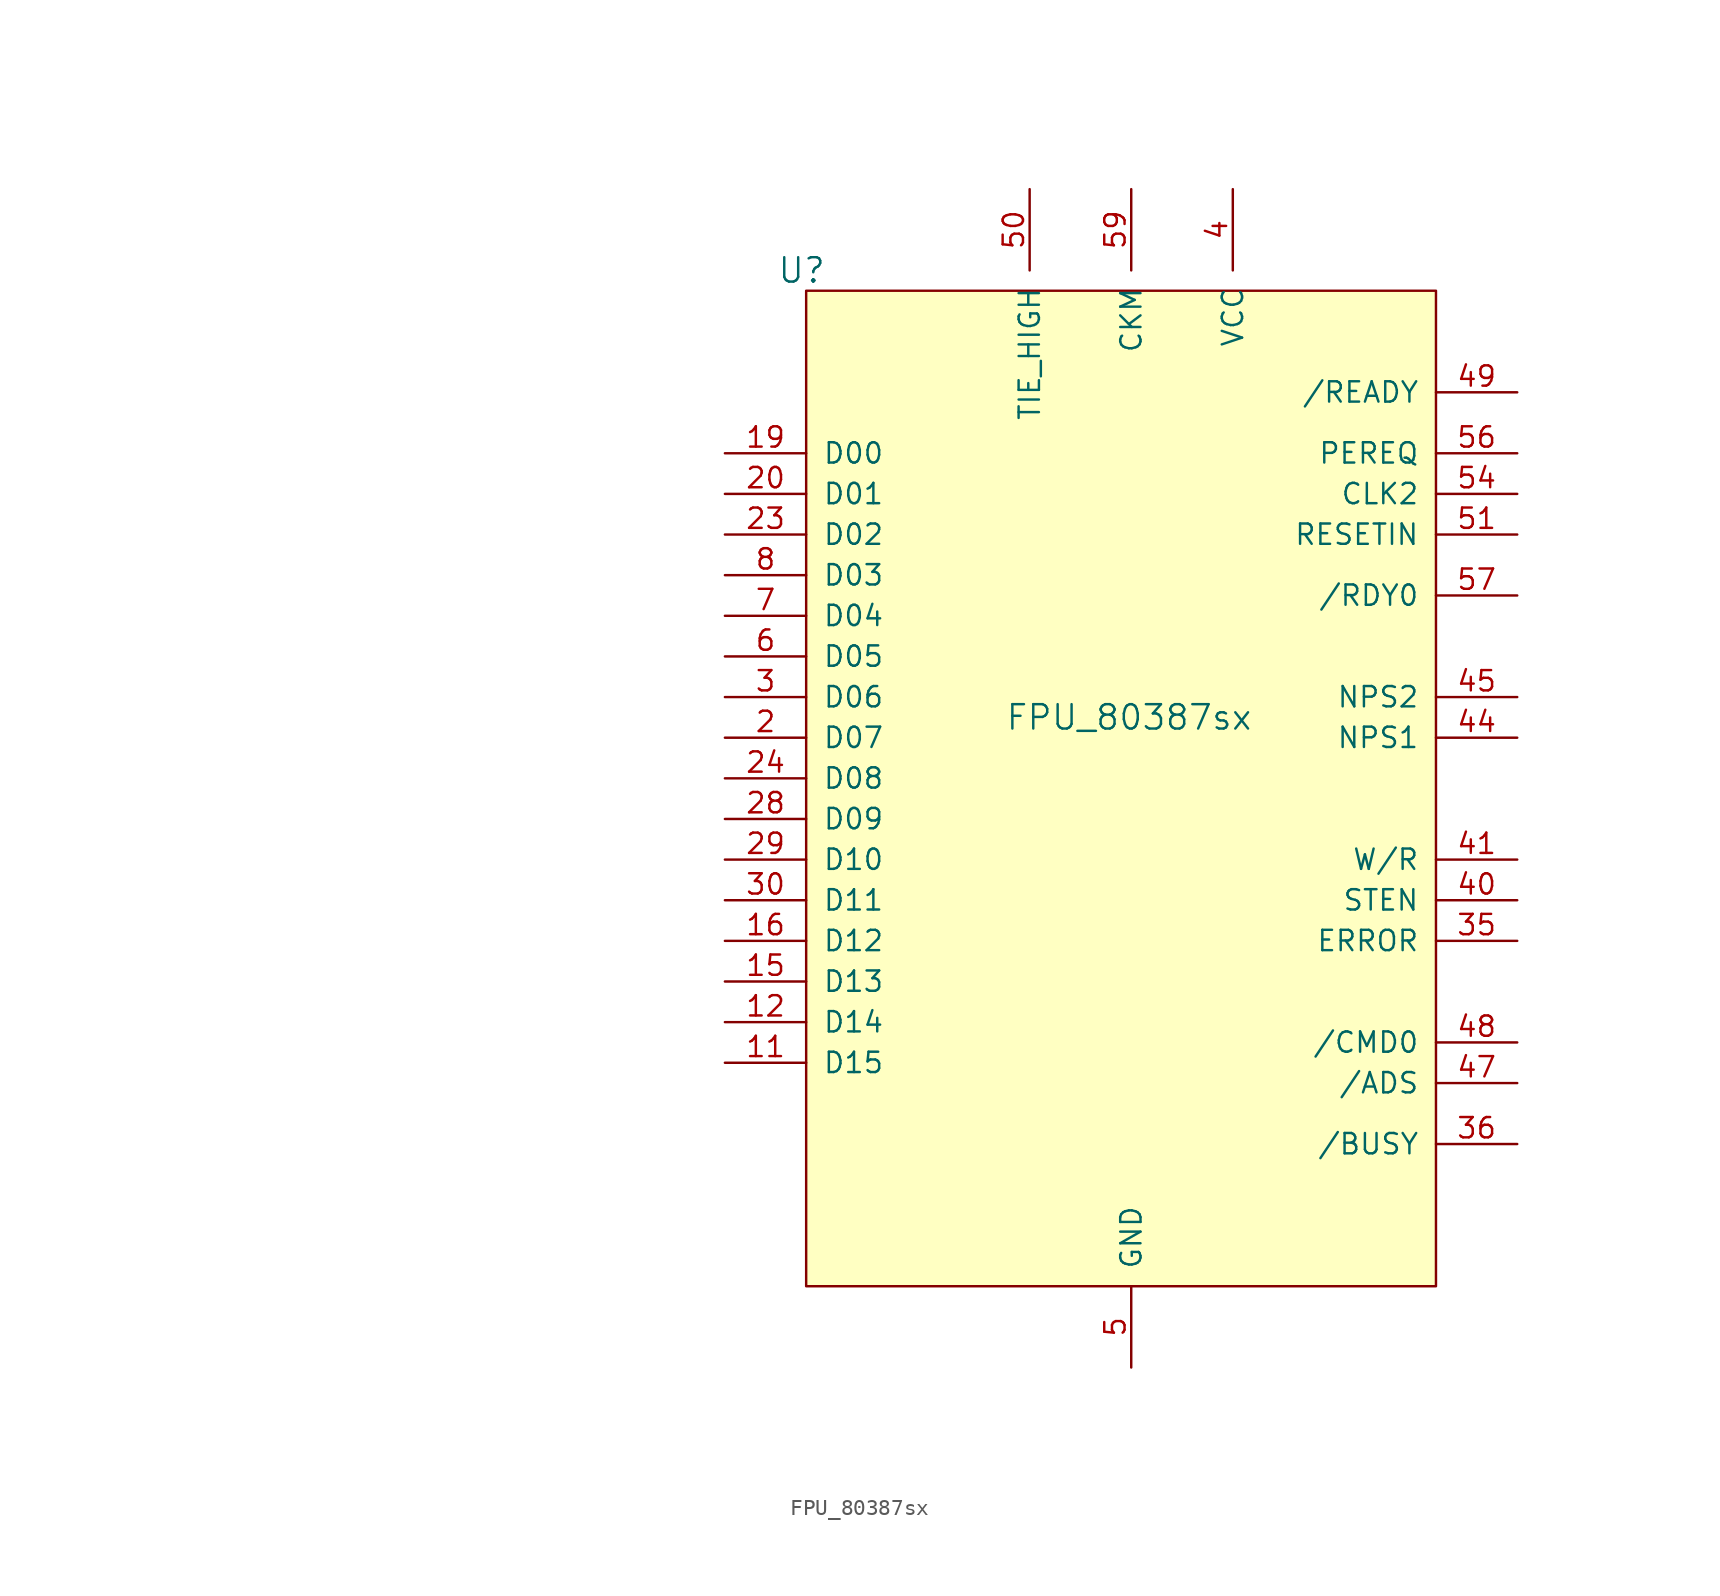
<source format=kicad_sym>
(kicad_symbol_lib
  (version 20211014)
  (generator kicad_symbol_editor)
  (symbol "FPU_80387sx"
    (pin_names
      (offset 1.016))
    (property "Reference" "U"
      (at -19.05 31.75 0)
      (effects (font (size 1.524 1.524)) (justify right)))
    (property "Value" "FPU_80387sx"
      (at 7.62 3.81 0)
      (effects (font (size 1.524 1.524)) (justify right)))
    (symbol "FPU_80387sx_1_1"
      (rectangle (start -20.32 30.48) (end 19.05 -31.75) (stroke (width 0) (type default) (color 0 0 0 0)) (fill (type background)))
      (pin no_connect line (at -58.42 26.67 0) (length 5.08) hide (name "NC" (effects (font (size 1.27 1.27)))) (number "1" (effects (font (size 1.27 1.27)))))
      (pin no_connect line (at -58.42 24.13 0) (length 5.08) hide (name "NC" (effects (font (size 1.27 1.27)))) (number "10" (effects (font (size 1.27 1.27)))))
      (pin bidirectional line (at -25.4 -17.78 0) (length 5.08) (name "D15" (effects (font (size 1.27 1.27)))) (number "11" (effects (font (size 1.27 1.27)))))
      (pin bidirectional line (at -25.4 -15.24 0) (length 5.08) (name "D14" (effects (font (size 1.27 1.27)))) (number "12" (effects (font (size 1.27 1.27)))))
      (pin power_in line (at 6.35 36.83 270) (length 5.08) hide (name "VCC" (effects (font (size 1.27 1.27)))) (number "13" (effects (font (size 1.27 1.27)))))
      (pin power_in line (at 0 -36.83 90) (length 5.08) hide (name "GND" (effects (font (size 1.27 1.27)))) (number "14" (effects (font (size 1.27 1.27)))))
      (pin bidirectional line (at -25.4 -12.7 0) (length 5.08) (name "D13" (effects (font (size 1.27 1.27)))) (number "15" (effects (font (size 1.27 1.27)))))
      (pin bidirectional line (at -25.4 -10.16 0) (length 5.08) (name "D12" (effects (font (size 1.27 1.27)))) (number "16" (effects (font (size 1.27 1.27)))))
      (pin no_connect line (at -58.42 21.59 0) (length 5.08) hide (name "NC" (effects (font (size 1.27 1.27)))) (number "17" (effects (font (size 1.27 1.27)))))
      (pin no_connect line (at -58.42 19.05 0) (length 5.08) hide (name "NC" (effects (font (size 1.27 1.27)))) (number "18" (effects (font (size 1.27 1.27)))))
      (pin bidirectional line (at -25.4 20.32 0) (length 5.08) (name "D00" (effects (font (size 1.27 1.27)))) (number "19" (effects (font (size 1.27 1.27)))))
      (pin bidirectional line (at -25.4 2.54 0) (length 5.08) (name "D07" (effects (font (size 1.27 1.27)))) (number "2" (effects (font (size 1.27 1.27)))))
      (pin bidirectional line (at -25.4 17.78 0) (length 5.08) (name "D01" (effects (font (size 1.27 1.27)))) (number "20" (effects (font (size 1.27 1.27)))))
      (pin power_in line (at 0 -36.83 90) (length 5.08) hide (name "GND" (effects (font (size 1.27 1.27)))) (number "21" (effects (font (size 1.27 1.27)))))
      (pin power_in line (at 6.35 36.83 270) (length 5.08) hide (name "VCC" (effects (font (size 1.27 1.27)))) (number "22" (effects (font (size 1.27 1.27)))))
      (pin bidirectional line (at -25.4 15.24 0) (length 5.08) (name "D02" (effects (font (size 1.27 1.27)))) (number "23" (effects (font (size 1.27 1.27)))))
      (pin bidirectional line (at -25.4 0 0) (length 5.08) (name "D08" (effects (font (size 1.27 1.27)))) (number "24" (effects (font (size 1.27 1.27)))))
      (pin power_in line (at 0 -36.83 90) (length 5.08) hide (name "GND" (effects (font (size 1.27 1.27)))) (number "25" (effects (font (size 1.27 1.27)))))
      (pin power_in line (at 6.35 36.83 270) (length 5.08) hide (name "VCC" (effects (font (size 1.27 1.27)))) (number "26" (effects (font (size 1.27 1.27)))))
      (pin power_in line (at 0 -36.83 90) (length 5.08) hide (name "GND" (effects (font (size 1.27 1.27)))) (number "27" (effects (font (size 1.27 1.27)))))
      (pin bidirectional line (at -25.4 -2.54 0) (length 5.08) (name "D09" (effects (font (size 1.27 1.27)))) (number "28" (effects (font (size 1.27 1.27)))))
      (pin bidirectional line (at -25.4 -5.08 0) (length 5.08) (name "D10" (effects (font (size 1.27 1.27)))) (number "29" (effects (font (size 1.27 1.27)))))
      (pin bidirectional line (at -25.4 5.08 0) (length 5.08) (name "D06" (effects (font (size 1.27 1.27)))) (number "3" (effects (font (size 1.27 1.27)))))
      (pin bidirectional line (at -25.4 -7.62 0) (length 5.08) (name "D11" (effects (font (size 1.27 1.27)))) (number "30" (effects (font (size 1.27 1.27)))))
      (pin power_in line (at 6.35 36.83 270) (length 5.08) hide (name "VCC" (effects (font (size 1.27 1.27)))) (number "31" (effects (font (size 1.27 1.27)))))
      (pin power_in line (at 0 -36.83 90) (length 5.08) hide (name "GND" (effects (font (size 1.27 1.27)))) (number "32" (effects (font (size 1.27 1.27)))))
      (pin power_in line (at 6.35 36.83 270) (length 5.08) hide (name "VCC" (effects (font (size 1.27 1.27)))) (number "33" (effects (font (size 1.27 1.27)))))
      (pin power_in line (at 0 -36.83 90) (length 5.08) hide (name "GND" (effects (font (size 1.27 1.27)))) (number "34" (effects (font (size 1.27 1.27)))))
      (pin output line (at 24.13 -10.16 180) (length 5.08) (name "ERROR" (effects (font (size 1.27 1.27)))) (number "35" (effects (font (size 1.27 1.27)))))
      (pin output line (at 24.13 -22.86 180) (length 5.08) (name "/BUSY" (effects (font (size 1.27 1.27)))) (number "36" (effects (font (size 1.27 1.27)))))
      (pin power_in line (at 6.35 36.83 270) (length 5.08) hide (name "VCC" (effects (font (size 1.27 1.27)))) (number "37" (effects (font (size 1.27 1.27)))))
      (pin power_in line (at 0 -36.83 90) (length 5.08) hide (name "GND" (effects (font (size 1.27 1.27)))) (number "38" (effects (font (size 1.27 1.27)))))
      (pin power_in line (at -6.35 36.83 270) (length 5.08) hide (name "TIE_HIGH" (effects (font (size 1.27 1.27)))) (number "39" (effects (font (size 1.27 1.27)))))
      (pin power_in line (at 6.35 36.83 270) (length 5.08) (name "VCC" (effects (font (size 1.27 1.27)))) (number "4" (effects (font (size 1.27 1.27)))))
      (pin output line (at 24.13 -7.62 180) (length 5.08) (name "STEN" (effects (font (size 1.27 1.27)))) (number "40" (effects (font (size 1.27 1.27)))))
      (pin input line (at 24.13 -5.08 180) (length 5.08) (name "W/R" (effects (font (size 1.27 1.27)))) (number "41" (effects (font (size 1.27 1.27)))))
      (pin power_in line (at 0 -36.83 90) (length 5.08) hide (name "GND" (effects (font (size 1.27 1.27)))) (number "42" (effects (font (size 1.27 1.27)))))
      (pin power_in line (at 6.35 36.83 270) (length 5.08) hide (name "VCC" (effects (font (size 1.27 1.27)))) (number "43" (effects (font (size 1.27 1.27)))))
      (pin input line (at 24.13 2.54 180) (length 5.08) (name "NPS1" (effects (font (size 1.27 1.27)))) (number "44" (effects (font (size 1.27 1.27)))))
      (pin input line (at 24.13 5.08 180) (length 5.08) (name "NPS2" (effects (font (size 1.27 1.27)))) (number "45" (effects (font (size 1.27 1.27)))))
      (pin power_in line (at 6.35 36.83 270) (length 5.08) hide (name "VCC" (effects (font (size 1.27 1.27)))) (number "46" (effects (font (size 1.27 1.27)))))
      (pin input line (at 24.13 -19.05 180) (length 5.08) (name "/ADS" (effects (font (size 1.27 1.27)))) (number "47" (effects (font (size 1.27 1.27)))))
      (pin input line (at 24.13 -16.51 180) (length 5.08) (name "/CMD0" (effects (font (size 1.27 1.27)))) (number "48" (effects (font (size 1.27 1.27)))))
      (pin output line (at 24.13 24.13 180) (length 5.08) (name "/READY" (effects (font (size 1.27 1.27)))) (number "49" (effects (font (size 1.27 1.27)))))
      (pin power_in line (at 0 -36.83 90) (length 5.08) (name "GND" (effects (font (size 1.27 1.27)))) (number "5" (effects (font (size 1.27 1.27)))))
      (pin power_in line (at -6.35 36.83 270) (length 5.08) (name "TIE_HIGH" (effects (font (size 1.27 1.27)))) (number "50" (effects (font (size 1.27 1.27)))))
      (pin input line (at 24.13 15.24 180) (length 5.08) (name "RESETIN" (effects (font (size 1.27 1.27)))) (number "51" (effects (font (size 1.27 1.27)))))
      (pin no_connect line (at -58.42 16.51 0) (length 5.08) hide (name "NC" (effects (font (size 1.27 1.27)))) (number "52" (effects (font (size 1.27 1.27)))))
      (pin no_connect line (at -58.42 13.97 0) (length 5.08) hide (name "NC" (effects (font (size 1.27 1.27)))) (number "53" (effects (font (size 1.27 1.27)))))
      (pin input line (at 24.13 17.78 180) (length 5.08) (name "CLK2" (effects (font (size 1.27 1.27)))) (number "54" (effects (font (size 1.27 1.27)))))
      (pin power_in line (at 0 -36.83 90) (length 5.08) hide (name "GND" (effects (font (size 1.27 1.27)))) (number "55" (effects (font (size 1.27 1.27)))))
      (pin input line (at 24.13 20.32 180) (length 5.08) (name "PEREQ" (effects (font (size 1.27 1.27)))) (number "56" (effects (font (size 1.27 1.27)))))
      (pin output line (at 24.13 11.43 180) (length 5.08) (name "/RDY0" (effects (font (size 1.27 1.27)))) (number "57" (effects (font (size 1.27 1.27)))))
      (pin power_in line (at 6.35 36.83 270) (length 5.08) hide (name "VCC" (effects (font (size 1.27 1.27)))) (number "58" (effects (font (size 1.27 1.27)))))
      (pin input line (at 0 36.83 270) (length 5.08) (name "CKM" (effects (font (size 1.27 1.27)))) (number "59" (effects (font (size 1.27 1.27)))))
      (pin bidirectional line (at -25.4 7.62 0) (length 5.08) (name "D05" (effects (font (size 1.27 1.27)))) (number "6" (effects (font (size 1.27 1.27)))))
      (pin power_in line (at 0 -36.83 90) (length 5.08) hide (name "GND" (effects (font (size 1.27 1.27)))) (number "60" (effects (font (size 1.27 1.27)))))
      (pin power_in line (at 0 -36.83 90) (length 5.08) hide (name "GND" (effects (font (size 1.27 1.27)))) (number "61" (effects (font (size 1.27 1.27)))))
      (pin power_in line (at 6.35 36.83 270) (length 5.08) hide (name "VCC" (effects (font (size 1.27 1.27)))) (number "62" (effects (font (size 1.27 1.27)))))
      (pin power_in line (at 0 -36.83 90) (length 5.08) hide (name "GND" (effects (font (size 1.27 1.27)))) (number "63" (effects (font (size 1.27 1.27)))))
      (pin power_in line (at 6.35 36.83 270) (length 5.08) hide (name "VCC" (effects (font (size 1.27 1.27)))) (number "64" (effects (font (size 1.27 1.27)))))
      (pin no_connect line (at -58.42 11.43 0) (length 5.08) hide (name "NC" (effects (font (size 1.27 1.27)))) (number "65" (effects (font (size 1.27 1.27)))))
      (pin power_in line (at 0 -36.83 90) (length 5.08) hide (name "GND" (effects (font (size 1.27 1.27)))) (number "66" (effects (font (size 1.27 1.27)))))
      (pin no_connect line (at -58.42 8.89 0) (length 5.08) hide (name "NC" (effects (font (size 1.27 1.27)))) (number "67" (effects (font (size 1.27 1.27)))))
      (pin no_connect line (at -58.42 6.35 0) (length 5.08) hide (name "NC" (effects (font (size 1.27 1.27)))) (number "68" (effects (font (size 1.27 1.27)))))
      (pin bidirectional line (at -25.4 10.16 0) (length 5.08) (name "D04" (effects (font (size 1.27 1.27)))) (number "7" (effects (font (size 1.27 1.27)))))
      (pin bidirectional line (at -25.4 12.7 0) (length 5.08) (name "D03" (effects (font (size 1.27 1.27)))) (number "8" (effects (font (size 1.27 1.27)))))
      (pin power_in line (at 6.35 36.83 270) (length 5.08) hide (name "VCC" (effects (font (size 1.27 1.27)))) (number "9" (effects (font (size 1.27 1.27))))))))
</source>
